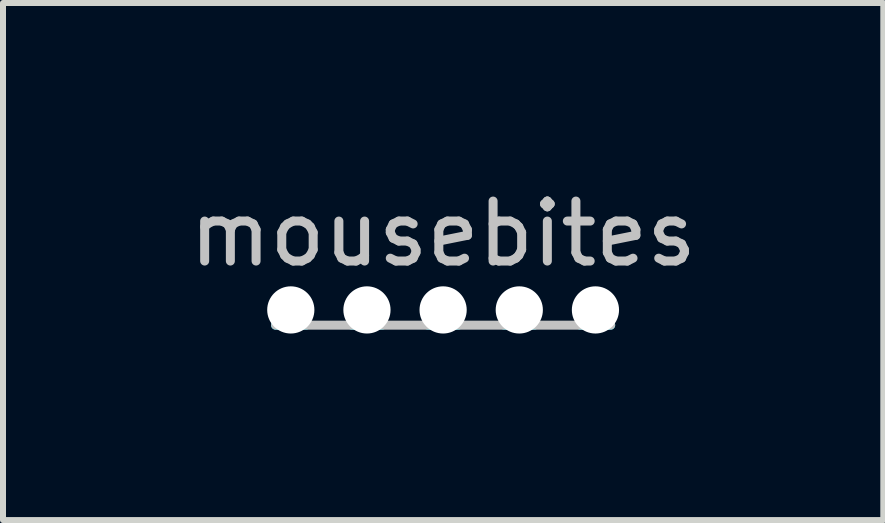
<source format=kicad_pcb>
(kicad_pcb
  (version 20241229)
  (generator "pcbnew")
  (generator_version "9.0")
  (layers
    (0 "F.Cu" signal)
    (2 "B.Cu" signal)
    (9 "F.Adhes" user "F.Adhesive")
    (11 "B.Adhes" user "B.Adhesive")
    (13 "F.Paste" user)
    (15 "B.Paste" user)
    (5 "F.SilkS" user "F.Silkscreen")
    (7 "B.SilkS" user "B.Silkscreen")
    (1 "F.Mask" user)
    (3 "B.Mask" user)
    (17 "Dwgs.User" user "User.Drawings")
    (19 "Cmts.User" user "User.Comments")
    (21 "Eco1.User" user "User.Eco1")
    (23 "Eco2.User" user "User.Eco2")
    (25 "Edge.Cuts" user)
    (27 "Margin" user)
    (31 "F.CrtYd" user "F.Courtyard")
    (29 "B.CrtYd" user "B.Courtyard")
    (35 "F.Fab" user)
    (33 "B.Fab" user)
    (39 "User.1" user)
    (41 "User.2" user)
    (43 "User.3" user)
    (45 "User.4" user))
  (footprint "mousebites"
    (layer "F.Cu")
    (at 4.339 2.372)
    (property "Reference" "mousebites" (at 0 -1.524 0) (layer "Dwgs.User") (effects (font (size 1 1) (thickness 0.15))))
    (attr exclude_from_pos_files exclude_from_bom)
    (fp_line (start -2.794 0) (end 2.794 0) (stroke (width 0.15) (type solid)) (layer "Dwgs.User"))
    (fp_line (start -2.286 0) (end -2.794 0) (stroke (width 0.15) (type solid)) (layer "B.CrtYd"))
    (fp_line (start -1.016 0) (end -1.524 0) (stroke (width 0.15) (type solid)) (layer "B.CrtYd"))
    (fp_line (start 0.254 0) (end -0.254 0) (stroke (width 0.15) (type solid)) (layer "B.CrtYd"))
    (fp_line (start 1.016 0) (end 1.524 0) (stroke (width 0.15) (type solid)) (layer "B.CrtYd"))
    (fp_line (start 2.286 0) (end 2.794 0) (stroke (width 0.15) (type solid)) (layer "B.CrtYd"))
    (pad "" np_thru_hole circle (at -2.54 -0.254) (size 0.787 0.787) (drill 0.787) (layers "*.Cu" "*.Mask"))
    (pad "" np_thru_hole circle (at -1.27 -0.254) (size 0.787 0.787) (drill 0.787) (layers "*.Cu" "*.Mask"))
    (pad "" np_thru_hole circle (at 0 -0.254) (size 0.787 0.787) (drill 0.787) (layers "*.Cu" "*.Mask"))
    (pad "" np_thru_hole circle (at 1.27 -0.254) (size 0.787 0.787) (drill 0.787) (layers "*.Cu" "*.Mask"))
    (pad "" np_thru_hole circle (at 2.54 -0.254) (size 0.787 0.787) (drill 0.787) (layers "*.Cu" "*.Mask")))
  (gr_rect
    (start -3 -3)
    (end 11.679 5.622)
    (stroke (width 0.1) (type default))
    (fill no)
    (layer "Edge.Cuts")))
</source>
